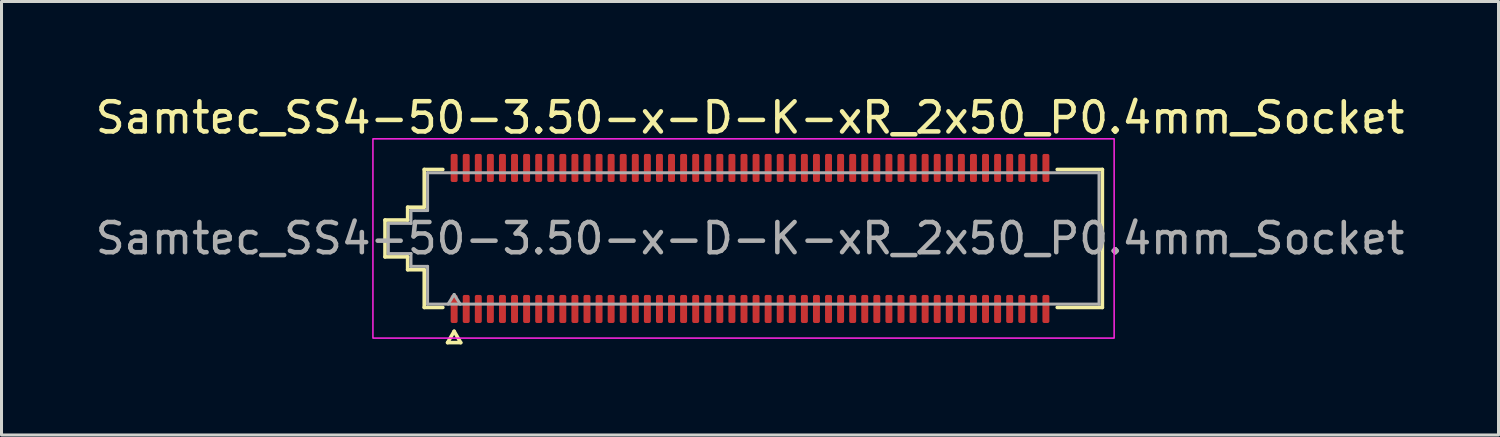
<source format=kicad_pcb>
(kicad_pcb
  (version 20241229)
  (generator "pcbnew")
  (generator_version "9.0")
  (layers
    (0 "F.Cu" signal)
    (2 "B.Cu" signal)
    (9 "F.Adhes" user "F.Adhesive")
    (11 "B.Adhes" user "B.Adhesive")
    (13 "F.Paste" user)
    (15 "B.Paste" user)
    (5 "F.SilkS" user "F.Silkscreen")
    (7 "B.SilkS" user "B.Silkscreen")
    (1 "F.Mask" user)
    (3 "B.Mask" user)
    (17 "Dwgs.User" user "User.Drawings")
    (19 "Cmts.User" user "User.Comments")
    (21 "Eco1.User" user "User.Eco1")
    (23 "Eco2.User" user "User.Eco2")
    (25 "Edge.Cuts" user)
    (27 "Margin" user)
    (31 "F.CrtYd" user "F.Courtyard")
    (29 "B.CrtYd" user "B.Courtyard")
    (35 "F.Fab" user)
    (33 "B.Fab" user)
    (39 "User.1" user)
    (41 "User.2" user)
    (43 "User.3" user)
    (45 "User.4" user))
  (footprint "Samtec_SS4-50-3.50-x-D-K-xR_2x50_P0.4mm_Socket"
    (layer "F.Cu")
    (at 21.792 4.848)
    (property "Reference" "Samtec_SS4-50-3.50-x-D-K-xR_2x50_P0.4mm_Socket" (at 0 -4 0) (layer "F.SilkS") (effects (font (size 1 1) (thickness 0.15))))
    (attr smd)
    (fp_line (start -12.09 -0.61) (end -11.34 -0.61) (stroke (width 0.12) (type solid)) (layer "F.SilkS"))
    (fp_line (start -12.09 0.61) (end -12.09 -0.61) (stroke (width 0.12) (type solid)) (layer "F.SilkS"))
    (fp_line (start -11.34 -1.035) (end -10.79 -1.035) (stroke (width 0.12) (type solid)) (layer "F.SilkS"))
    (fp_line (start -11.34 -0.61) (end -11.34 -1.035) (stroke (width 0.12) (type solid)) (layer "F.SilkS"))
    (fp_line (start -11.34 0.61) (end -12.09 0.61) (stroke (width 0.12) (type solid)) (layer "F.SilkS"))
    (fp_line (start -11.34 1.035) (end -11.34 0.61) (stroke (width 0.12) (type solid)) (layer "F.SilkS"))
    (fp_line (start -10.79 -2.285) (end -10.175 -2.285) (stroke (width 0.12) (type solid)) (layer "F.SilkS"))
    (fp_line (start -10.79 -1.035) (end -10.79 -2.285) (stroke (width 0.12) (type solid)) (layer "F.SilkS"))
    (fp_line (start -10.79 1.035) (end -11.34 1.035) (stroke (width 0.12) (type solid)) (layer "F.SilkS"))
    (fp_line (start -10.79 2.285) (end -10.79 1.035) (stroke (width 0.12) (type solid)) (layer "F.SilkS"))
    (fp_line (start -10.175 2.285) (end -10.79 2.285) (stroke (width 0.12) (type solid)) (layer "F.SilkS"))
    (fp_line (start -10.017 3.45) (end -9.8 3.075) (stroke (width 0.12) (type solid)) (layer "F.SilkS"))
    (fp_line (start -9.8 3.075) (end -9.583 3.45) (stroke (width 0.12) (type solid)) (layer "F.SilkS"))
    (fp_line (start -9.583 3.45) (end -10.017 3.45) (stroke (width 0.12) (type solid)) (layer "F.SilkS"))
    (fp_line (start 10.175 -2.285) (end 11.67 -2.285) (stroke (width 0.12) (type solid)) (layer "F.SilkS"))
    (fp_line (start 11.67 -2.285) (end 11.67 2.285) (stroke (width 0.12) (type solid)) (layer "F.SilkS"))
    (fp_line (start 11.67 2.285) (end 10.175 2.285) (stroke (width 0.12) (type solid)) (layer "F.SilkS"))
    (fp_rect (start -12.49 -3.3) (end 12.06 3.3) (stroke (width 0.05) (type solid)) (fill no) (layer "F.CrtYd"))
    (fp_line (start -11.98 -0.5) (end -11.23 -0.5) (stroke (width 0.1) (type solid)) (layer "F.Fab"))
    (fp_line (start -11.98 0.5) (end -11.98 -0.5) (stroke (width 0.1) (type solid)) (layer "F.Fab"))
    (fp_line (start -11.23 -0.925) (end -10.68 -0.925) (stroke (width 0.1) (type solid)) (layer "F.Fab"))
    (fp_line (start -11.23 -0.5) (end -11.23 -0.925) (stroke (width 0.1) (type solid)) (layer "F.Fab"))
    (fp_line (start -11.23 0.5) (end -11.98 0.5) (stroke (width 0.1) (type solid)) (layer "F.Fab"))
    (fp_line (start -11.23 0.925) (end -11.23 0.5) (stroke (width 0.1) (type solid)) (layer "F.Fab"))
    (fp_line (start -10.68 -2.175) (end 11.56 -2.175) (stroke (width 0.1) (type solid)) (layer "F.Fab"))
    (fp_line (start -10.68 -0.925) (end -10.68 -2.175) (stroke (width 0.1) (type solid)) (layer "F.Fab"))
    (fp_line (start -10.68 0.925) (end -11.23 0.925) (stroke (width 0.1) (type solid)) (layer "F.Fab"))
    (fp_line (start -10.68 2.175) (end -10.68 0.925) (stroke (width 0.1) (type solid)) (layer "F.Fab"))
    (fp_line (start -10 2.175) (end -9.8 1.855) (stroke (width 0.1) (type solid)) (layer "F.Fab"))
    (fp_line (start -9.8 1.855) (end -9.6 2.175) (stroke (width 0.1) (type solid)) (layer "F.Fab"))
    (fp_line (start 11.56 -2.175) (end 11.56 2.175) (stroke (width 0.1) (type solid)) (layer "F.Fab"))
    (fp_line (start 11.56 2.175) (end -10.68 2.175) (stroke (width 0.1) (type solid)) (layer "F.Fab"))
    (fp_text user "${REFERENCE}" (at 0 0 0) (layer "F.Fab") (effects (font (size 1 1) (thickness 0.15))))
    (pad "1" smd roundrect (at -9.8 2.335) (size 0.23 0.93) (layers "F.Cu" "F.Mask" "F.Paste") (roundrect_rratio 0.25))
    (pad "2" smd roundrect (at -9.8 -2.335) (size 0.23 0.93) (layers "F.Cu" "F.Mask" "F.Paste") (roundrect_rratio 0.25))
    (pad "3" smd roundrect (at -9.4 2.335) (size 0.23 0.93) (layers "F.Cu" "F.Mask" "F.Paste") (roundrect_rratio 0.25))
    (pad "4" smd roundrect (at -9.4 -2.335) (size 0.23 0.93) (layers "F.Cu" "F.Mask" "F.Paste") (roundrect_rratio 0.25))
    (pad "5" smd roundrect (at -9 2.335) (size 0.23 0.93) (layers "F.Cu" "F.Mask" "F.Paste") (roundrect_rratio 0.25))
    (pad "6" smd roundrect (at -9 -2.335) (size 0.23 0.93) (layers "F.Cu" "F.Mask" "F.Paste") (roundrect_rratio 0.25))
    (pad "7" smd roundrect (at -8.6 2.335) (size 0.23 0.93) (layers "F.Cu" "F.Mask" "F.Paste") (roundrect_rratio 0.25))
    (pad "8" smd roundrect (at -8.6 -2.335) (size 0.23 0.93) (layers "F.Cu" "F.Mask" "F.Paste") (roundrect_rratio 0.25))
    (pad "9" smd roundrect (at -8.2 2.335) (size 0.23 0.93) (layers "F.Cu" "F.Mask" "F.Paste") (roundrect_rratio 0.25))
    (pad "10" smd roundrect (at -8.2 -2.335) (size 0.23 0.93) (layers "F.Cu" "F.Mask" "F.Paste") (roundrect_rratio 0.25))
    (pad "11" smd roundrect (at -7.8 2.335) (size 0.23 0.93) (layers "F.Cu" "F.Mask" "F.Paste") (roundrect_rratio 0.25))
    (pad "12" smd roundrect (at -7.8 -2.335) (size 0.23 0.93) (layers "F.Cu" "F.Mask" "F.Paste") (roundrect_rratio 0.25))
    (pad "13" smd roundrect (at -7.4 2.335) (size 0.23 0.93) (layers "F.Cu" "F.Mask" "F.Paste") (roundrect_rratio 0.25))
    (pad "14" smd roundrect (at -7.4 -2.335) (size 0.23 0.93) (layers "F.Cu" "F.Mask" "F.Paste") (roundrect_rratio 0.25))
    (pad "15" smd roundrect (at -7 2.335) (size 0.23 0.93) (layers "F.Cu" "F.Mask" "F.Paste") (roundrect_rratio 0.25))
    (pad "16" smd roundrect (at -7 -2.335) (size 0.23 0.93) (layers "F.Cu" "F.Mask" "F.Paste") (roundrect_rratio 0.25))
    (pad "17" smd roundrect (at -6.6 2.335) (size 0.23 0.93) (layers "F.Cu" "F.Mask" "F.Paste") (roundrect_rratio 0.25))
    (pad "18" smd roundrect (at -6.6 -2.335) (size 0.23 0.93) (layers "F.Cu" "F.Mask" "F.Paste") (roundrect_rratio 0.25))
    (pad "19" smd roundrect (at -6.2 2.335) (size 0.23 0.93) (layers "F.Cu" "F.Mask" "F.Paste") (roundrect_rratio 0.25))
    (pad "20" smd roundrect (at -6.2 -2.335) (size 0.23 0.93) (layers "F.Cu" "F.Mask" "F.Paste") (roundrect_rratio 0.25))
    (pad "21" smd roundrect (at -5.8 2.335) (size 0.23 0.93) (layers "F.Cu" "F.Mask" "F.Paste") (roundrect_rratio 0.25))
    (pad "22" smd roundrect (at -5.8 -2.335) (size 0.23 0.93) (layers "F.Cu" "F.Mask" "F.Paste") (roundrect_rratio 0.25))
    (pad "23" smd roundrect (at -5.4 2.335) (size 0.23 0.93) (layers "F.Cu" "F.Mask" "F.Paste") (roundrect_rratio 0.25))
    (pad "24" smd roundrect (at -5.4 -2.335) (size 0.23 0.93) (layers "F.Cu" "F.Mask" "F.Paste") (roundrect_rratio 0.25))
    (pad "25" smd roundrect (at -5 2.335) (size 0.23 0.93) (layers "F.Cu" "F.Mask" "F.Paste") (roundrect_rratio 0.25))
    (pad "26" smd roundrect (at -5 -2.335) (size 0.23 0.93) (layers "F.Cu" "F.Mask" "F.Paste") (roundrect_rratio 0.25))
    (pad "27" smd roundrect (at -4.6 2.335) (size 0.23 0.93) (layers "F.Cu" "F.Mask" "F.Paste") (roundrect_rratio 0.25))
    (pad "28" smd roundrect (at -4.6 -2.335) (size 0.23 0.93) (layers "F.Cu" "F.Mask" "F.Paste") (roundrect_rratio 0.25))
    (pad "29" smd roundrect (at -4.2 2.335) (size 0.23 0.93) (layers "F.Cu" "F.Mask" "F.Paste") (roundrect_rratio 0.25))
    (pad "30" smd roundrect (at -4.2 -2.335) (size 0.23 0.93) (layers "F.Cu" "F.Mask" "F.Paste") (roundrect_rratio 0.25))
    (pad "31" smd roundrect (at -3.8 2.335) (size 0.23 0.93) (layers "F.Cu" "F.Mask" "F.Paste") (roundrect_rratio 0.25))
    (pad "32" smd roundrect (at -3.8 -2.335) (size 0.23 0.93) (layers "F.Cu" "F.Mask" "F.Paste") (roundrect_rratio 0.25))
    (pad "33" smd roundrect (at -3.4 2.335) (size 0.23 0.93) (layers "F.Cu" "F.Mask" "F.Paste") (roundrect_rratio 0.25))
    (pad "34" smd roundrect (at -3.4 -2.335) (size 0.23 0.93) (layers "F.Cu" "F.Mask" "F.Paste") (roundrect_rratio 0.25))
    (pad "35" smd roundrect (at -3 2.335) (size 0.23 0.93) (layers "F.Cu" "F.Mask" "F.Paste") (roundrect_rratio 0.25))
    (pad "36" smd roundrect (at -3 -2.335) (size 0.23 0.93) (layers "F.Cu" "F.Mask" "F.Paste") (roundrect_rratio 0.25))
    (pad "37" smd roundrect (at -2.6 2.335) (size 0.23 0.93) (layers "F.Cu" "F.Mask" "F.Paste") (roundrect_rratio 0.25))
    (pad "38" smd roundrect (at -2.6 -2.335) (size 0.23 0.93) (layers "F.Cu" "F.Mask" "F.Paste") (roundrect_rratio 0.25))
    (pad "39" smd roundrect (at -2.2 2.335) (size 0.23 0.93) (layers "F.Cu" "F.Mask" "F.Paste") (roundrect_rratio 0.25))
    (pad "40" smd roundrect (at -2.2 -2.335) (size 0.23 0.93) (layers "F.Cu" "F.Mask" "F.Paste") (roundrect_rratio 0.25))
    (pad "41" smd roundrect (at -1.8 2.335) (size 0.23 0.93) (layers "F.Cu" "F.Mask" "F.Paste") (roundrect_rratio 0.25))
    (pad "42" smd roundrect (at -1.8 -2.335) (size 0.23 0.93) (layers "F.Cu" "F.Mask" "F.Paste") (roundrect_rratio 0.25))
    (pad "43" smd roundrect (at -1.4 2.335) (size 0.23 0.93) (layers "F.Cu" "F.Mask" "F.Paste") (roundrect_rratio 0.25))
    (pad "44" smd roundrect (at -1.4 -2.335) (size 0.23 0.93) (layers "F.Cu" "F.Mask" "F.Paste") (roundrect_rratio 0.25))
    (pad "45" smd roundrect (at -1 2.335) (size 0.23 0.93) (layers "F.Cu" "F.Mask" "F.Paste") (roundrect_rratio 0.25))
    (pad "46" smd roundrect (at -1 -2.335) (size 0.23 0.93) (layers "F.Cu" "F.Mask" "F.Paste") (roundrect_rratio 0.25))
    (pad "47" smd roundrect (at -0.6 2.335) (size 0.23 0.93) (layers "F.Cu" "F.Mask" "F.Paste") (roundrect_rratio 0.25))
    (pad "48" smd roundrect (at -0.6 -2.335) (size 0.23 0.93) (layers "F.Cu" "F.Mask" "F.Paste") (roundrect_rratio 0.25))
    (pad "49" smd roundrect (at -0.2 2.335) (size 0.23 0.93) (layers "F.Cu" "F.Mask" "F.Paste") (roundrect_rratio 0.25))
    (pad "50" smd roundrect (at -0.2 -2.335) (size 0.23 0.93) (layers "F.Cu" "F.Mask" "F.Paste") (roundrect_rratio 0.25))
    (pad "51" smd roundrect (at 0.2 2.335) (size 0.23 0.93) (layers "F.Cu" "F.Mask" "F.Paste") (roundrect_rratio 0.25))
    (pad "52" smd roundrect (at 0.2 -2.335) (size 0.23 0.93) (layers "F.Cu" "F.Mask" "F.Paste") (roundrect_rratio 0.25))
    (pad "53" smd roundrect (at 0.6 2.335) (size 0.23 0.93) (layers "F.Cu" "F.Mask" "F.Paste") (roundrect_rratio 0.25))
    (pad "54" smd roundrect (at 0.6 -2.335) (size 0.23 0.93) (layers "F.Cu" "F.Mask" "F.Paste") (roundrect_rratio 0.25))
    (pad "55" smd roundrect (at 1 2.335) (size 0.23 0.93) (layers "F.Cu" "F.Mask" "F.Paste") (roundrect_rratio 0.25))
    (pad "56" smd roundrect (at 1 -2.335) (size 0.23 0.93) (layers "F.Cu" "F.Mask" "F.Paste") (roundrect_rratio 0.25))
    (pad "57" smd roundrect (at 1.4 2.335) (size 0.23 0.93) (layers "F.Cu" "F.Mask" "F.Paste") (roundrect_rratio 0.25))
    (pad "58" smd roundrect (at 1.4 -2.335) (size 0.23 0.93) (layers "F.Cu" "F.Mask" "F.Paste") (roundrect_rratio 0.25))
    (pad "59" smd roundrect (at 1.8 2.335) (size 0.23 0.93) (layers "F.Cu" "F.Mask" "F.Paste") (roundrect_rratio 0.25))
    (pad "60" smd roundrect (at 1.8 -2.335) (size 0.23 0.93) (layers "F.Cu" "F.Mask" "F.Paste") (roundrect_rratio 0.25))
    (pad "61" smd roundrect (at 2.2 2.335) (size 0.23 0.93) (layers "F.Cu" "F.Mask" "F.Paste") (roundrect_rratio 0.25))
    (pad "62" smd roundrect (at 2.2 -2.335) (size 0.23 0.93) (layers "F.Cu" "F.Mask" "F.Paste") (roundrect_rratio 0.25))
    (pad "63" smd roundrect (at 2.6 2.335) (size 0.23 0.93) (layers "F.Cu" "F.Mask" "F.Paste") (roundrect_rratio 0.25))
    (pad "64" smd roundrect (at 2.6 -2.335) (size 0.23 0.93) (layers "F.Cu" "F.Mask" "F.Paste") (roundrect_rratio 0.25))
    (pad "65" smd roundrect (at 3 2.335) (size 0.23 0.93) (layers "F.Cu" "F.Mask" "F.Paste") (roundrect_rratio 0.25))
    (pad "66" smd roundrect (at 3 -2.335) (size 0.23 0.93) (layers "F.Cu" "F.Mask" "F.Paste") (roundrect_rratio 0.25))
    (pad "67" smd roundrect (at 3.4 2.335) (size 0.23 0.93) (layers "F.Cu" "F.Mask" "F.Paste") (roundrect_rratio 0.25))
    (pad "68" smd roundrect (at 3.4 -2.335) (size 0.23 0.93) (layers "F.Cu" "F.Mask" "F.Paste") (roundrect_rratio 0.25))
    (pad "69" smd roundrect (at 3.8 2.335) (size 0.23 0.93) (layers "F.Cu" "F.Mask" "F.Paste") (roundrect_rratio 0.25))
    (pad "70" smd roundrect (at 3.8 -2.335) (size 0.23 0.93) (layers "F.Cu" "F.Mask" "F.Paste") (roundrect_rratio 0.25))
    (pad "71" smd roundrect (at 4.2 2.335) (size 0.23 0.93) (layers "F.Cu" "F.Mask" "F.Paste") (roundrect_rratio 0.25))
    (pad "72" smd roundrect (at 4.2 -2.335) (size 0.23 0.93) (layers "F.Cu" "F.Mask" "F.Paste") (roundrect_rratio 0.25))
    (pad "73" smd roundrect (at 4.6 2.335) (size 0.23 0.93) (layers "F.Cu" "F.Mask" "F.Paste") (roundrect_rratio 0.25))
    (pad "74" smd roundrect (at 4.6 -2.335) (size 0.23 0.93) (layers "F.Cu" "F.Mask" "F.Paste") (roundrect_rratio 0.25))
    (pad "75" smd roundrect (at 5 2.335) (size 0.23 0.93) (layers "F.Cu" "F.Mask" "F.Paste") (roundrect_rratio 0.25))
    (pad "76" smd roundrect (at 5 -2.335) (size 0.23 0.93) (layers "F.Cu" "F.Mask" "F.Paste") (roundrect_rratio 0.25))
    (pad "77" smd roundrect (at 5.4 2.335) (size 0.23 0.93) (layers "F.Cu" "F.Mask" "F.Paste") (roundrect_rratio 0.25))
    (pad "78" smd roundrect (at 5.4 -2.335) (size 0.23 0.93) (layers "F.Cu" "F.Mask" "F.Paste") (roundrect_rratio 0.25))
    (pad "79" smd roundrect (at 5.8 2.335) (size 0.23 0.93) (layers "F.Cu" "F.Mask" "F.Paste") (roundrect_rratio 0.25))
    (pad "80" smd roundrect (at 5.8 -2.335) (size 0.23 0.93) (layers "F.Cu" "F.Mask" "F.Paste") (roundrect_rratio 0.25))
    (pad "81" smd roundrect (at 6.2 2.335) (size 0.23 0.93) (layers "F.Cu" "F.Mask" "F.Paste") (roundrect_rratio 0.25))
    (pad "82" smd roundrect (at 6.2 -2.335) (size 0.23 0.93) (layers "F.Cu" "F.Mask" "F.Paste") (roundrect_rratio 0.25))
    (pad "83" smd roundrect (at 6.6 2.335) (size 0.23 0.93) (layers "F.Cu" "F.Mask" "F.Paste") (roundrect_rratio 0.25))
    (pad "84" smd roundrect (at 6.6 -2.335) (size 0.23 0.93) (layers "F.Cu" "F.Mask" "F.Paste") (roundrect_rratio 0.25))
    (pad "85" smd roundrect (at 7 2.335) (size 0.23 0.93) (layers "F.Cu" "F.Mask" "F.Paste") (roundrect_rratio 0.25))
    (pad "86" smd roundrect (at 7 -2.335) (size 0.23 0.93) (layers "F.Cu" "F.Mask" "F.Paste") (roundrect_rratio 0.25))
    (pad "87" smd roundrect (at 7.4 2.335) (size 0.23 0.93) (layers "F.Cu" "F.Mask" "F.Paste") (roundrect_rratio 0.25))
    (pad "88" smd roundrect (at 7.4 -2.335) (size 0.23 0.93) (layers "F.Cu" "F.Mask" "F.Paste") (roundrect_rratio 0.25))
    (pad "89" smd roundrect (at 7.8 2.335) (size 0.23 0.93) (layers "F.Cu" "F.Mask" "F.Paste") (roundrect_rratio 0.25))
    (pad "90" smd roundrect (at 7.8 -2.335) (size 0.23 0.93) (layers "F.Cu" "F.Mask" "F.Paste") (roundrect_rratio 0.25))
    (pad "91" smd roundrect (at 8.2 2.335) (size 0.23 0.93) (layers "F.Cu" "F.Mask" "F.Paste") (roundrect_rratio 0.25))
    (pad "92" smd roundrect (at 8.2 -2.335) (size 0.23 0.93) (layers "F.Cu" "F.Mask" "F.Paste") (roundrect_rratio 0.25))
    (pad "93" smd roundrect (at 8.6 2.335) (size 0.23 0.93) (layers "F.Cu" "F.Mask" "F.Paste") (roundrect_rratio 0.25))
    (pad "94" smd roundrect (at 8.6 -2.335) (size 0.23 0.93) (layers "F.Cu" "F.Mask" "F.Paste") (roundrect_rratio 0.25))
    (pad "95" smd roundrect (at 9 2.335) (size 0.23 0.93) (layers "F.Cu" "F.Mask" "F.Paste") (roundrect_rratio 0.25))
    (pad "96" smd roundrect (at 9 -2.335) (size 0.23 0.93) (layers "F.Cu" "F.Mask" "F.Paste") (roundrect_rratio 0.25))
    (pad "97" smd roundrect (at 9.4 2.335) (size 0.23 0.93) (layers "F.Cu" "F.Mask" "F.Paste") (roundrect_rratio 0.25))
    (pad "98" smd roundrect (at 9.4 -2.335) (size 0.23 0.93) (layers "F.Cu" "F.Mask" "F.Paste") (roundrect_rratio 0.25))
    (pad "99" smd roundrect (at 9.8 2.335) (size 0.23 0.93) (layers "F.Cu" "F.Mask" "F.Paste") (roundrect_rratio 0.25))
    (pad "100" smd roundrect (at 9.8 -2.335) (size 0.23 0.93) (layers "F.Cu" "F.Mask" "F.Paste") (roundrect_rratio 0.25)))
  (gr_rect
    (start -3 -3)
    (end 46.583 11.358)
    (stroke (width 0.1) (type default))
    (fill no)
    (layer "Edge.Cuts")))
</source>
